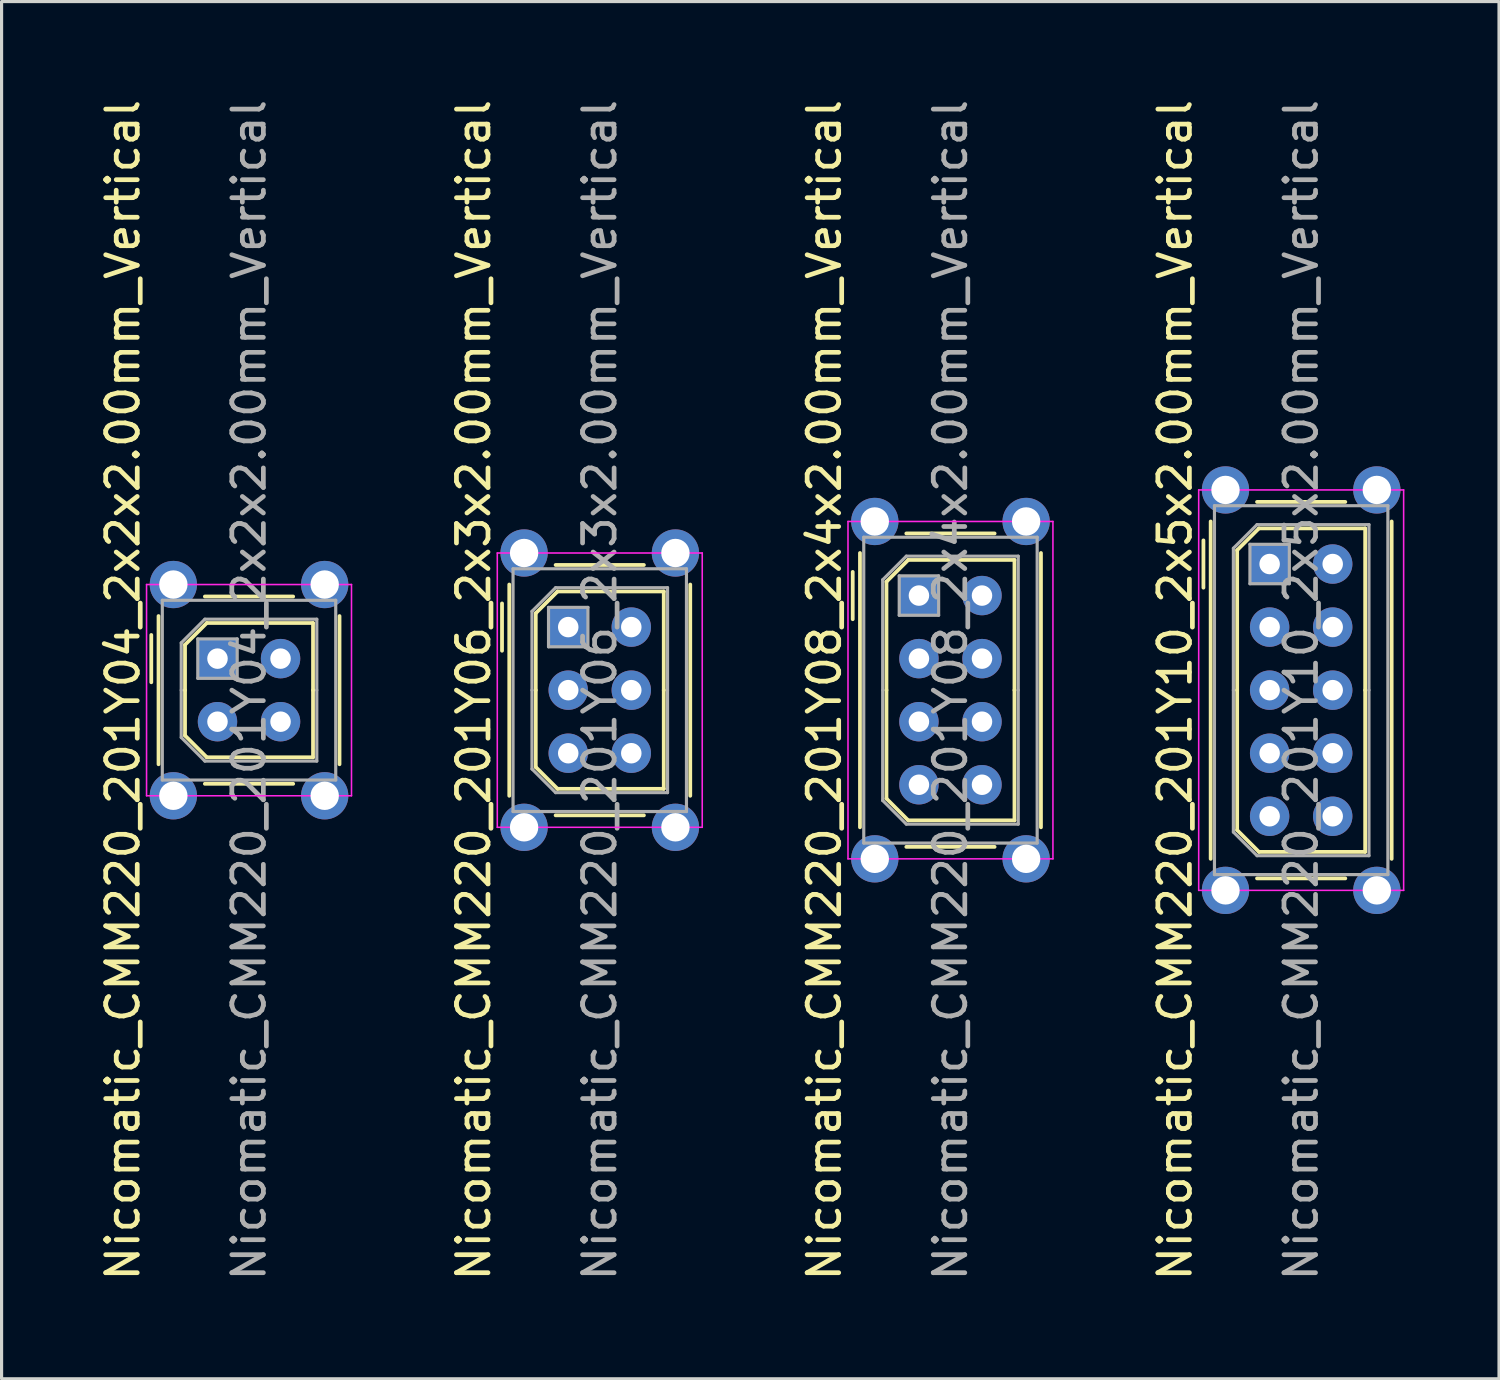
<source format=kicad_pcb>
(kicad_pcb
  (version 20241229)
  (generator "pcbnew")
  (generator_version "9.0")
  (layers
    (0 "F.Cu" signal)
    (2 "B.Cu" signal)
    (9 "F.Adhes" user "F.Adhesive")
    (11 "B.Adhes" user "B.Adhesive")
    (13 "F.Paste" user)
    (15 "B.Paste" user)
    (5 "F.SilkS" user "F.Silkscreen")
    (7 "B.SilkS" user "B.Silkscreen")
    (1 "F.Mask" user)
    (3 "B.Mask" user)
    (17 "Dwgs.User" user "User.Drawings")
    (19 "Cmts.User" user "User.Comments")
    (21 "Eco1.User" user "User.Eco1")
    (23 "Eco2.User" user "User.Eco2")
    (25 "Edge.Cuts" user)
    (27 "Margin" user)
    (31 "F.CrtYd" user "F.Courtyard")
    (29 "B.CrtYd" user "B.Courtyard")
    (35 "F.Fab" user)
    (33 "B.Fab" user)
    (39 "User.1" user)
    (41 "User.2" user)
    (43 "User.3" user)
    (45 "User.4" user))
  (footprint "Nicomatic_CMM220_201Y08_2x4x2.00mm_Vertical"
    (layer "F.Cu")
    (at 26.095 15.839)
    (property "Reference" "Nicomatic_CMM220_201Y08_2x4x2.00mm_Vertical" (at -3 3 90) (layer "F.SilkS") (effects (font (size 1 1) (thickness 0.15))))
    (attr through_hole)
    (fp_line (start -2.1 -0.75) (end -2.1 0.75) (stroke (width 0.12) (type solid)) (layer "F.SilkS"))
    (fp_line (start -1.87 7.35) (end -1.87 -1.35) (stroke (width 0.12) (type solid)) (layer "F.SilkS"))
    (fp_line (start -1.03 -0.44) (end -0.34 -1.13) (stroke (width 0.12) (type solid)) (layer "F.SilkS"))
    (fp_line (start -1.03 3) (end -1.03 -0.44) (stroke (width 0.12) (type solid)) (layer "F.SilkS"))
    (fp_line (start -1.03 3) (end -1.03 6.44) (stroke (width 0.12) (type solid)) (layer "F.SilkS"))
    (fp_line (start -1.03 6.44) (end -0.34 7.13) (stroke (width 0.12) (type solid)) (layer "F.SilkS"))
    (fp_line (start -0.4 -1.97) (end 2.4 -1.97) (stroke (width 0.12) (type solid)) (layer "F.SilkS"))
    (fp_line (start -0.4 7.97) (end 2.4 7.97) (stroke (width 0.12) (type solid)) (layer "F.SilkS"))
    (fp_line (start -0.34 -1.13) (end 3.03 -1.13) (stroke (width 0.12) (type solid)) (layer "F.SilkS"))
    (fp_line (start -0.34 7.13) (end 3.03 7.13) (stroke (width 0.12) (type solid)) (layer "F.SilkS"))
    (fp_line (start 3.03 -1.13) (end 3.03 3) (stroke (width 0.12) (type solid)) (layer "F.SilkS"))
    (fp_line (start 3.03 7.13) (end 3.03 3) (stroke (width 0.12) (type solid)) (layer "F.SilkS"))
    (fp_line (start 3.87 7.35) (end 3.87 -1.35) (stroke (width 0.12) (type solid)) (layer "F.SilkS"))
    (fp_line (start -2.25 -2.35) (end -2.25 8.35) (stroke (width 0.05) (type solid)) (layer "F.CrtYd"))
    (fp_line (start -2.25 8.35) (end 4.25 8.35) (stroke (width 0.05) (type solid)) (layer "F.CrtYd"))
    (fp_line (start 4.25 -2.35) (end -2.25 -2.35) (stroke (width 0.05) (type solid)) (layer "F.CrtYd"))
    (fp_line (start 4.25 8.35) (end 4.25 -2.35) (stroke (width 0.05) (type solid)) (layer "F.CrtYd"))
    (fp_line (start -1.75 -1.85) (end -1.75 7.85) (stroke (width 0.1) (type solid)) (layer "F.Fab"))
    (fp_line (start -1.75 7.85) (end 3.75 7.85) (stroke (width 0.1) (type solid)) (layer "F.Fab"))
    (fp_line (start -1.15 -0.5) (end -0.4 -1.25) (stroke (width 0.1) (type solid)) (layer "F.Fab"))
    (fp_line (start -1.15 3) (end -1.15 -0.5) (stroke (width 0.1) (type solid)) (layer "F.Fab"))
    (fp_line (start -1.15 3) (end -1.15 6.5) (stroke (width 0.1) (type solid)) (layer "F.Fab"))
    (fp_line (start -1.15 6.5) (end -0.4 7.25) (stroke (width 0.1) (type solid)) (layer "F.Fab"))
    (fp_line (start -0.625 -0.625) (end -0.625 0.625) (stroke (width 0.1) (type solid)) (layer "F.Fab"))
    (fp_line (start -0.625 0.625) (end 0.625 0.625) (stroke (width 0.1) (type solid)) (layer "F.Fab"))
    (fp_line (start -0.4 -1.25) (end 3.15 -1.25) (stroke (width 0.1) (type solid)) (layer "F.Fab"))
    (fp_line (start -0.4 7.25) (end 3.15 7.25) (stroke (width 0.1) (type solid)) (layer "F.Fab"))
    (fp_line (start 0.625 -0.625) (end -0.625 -0.625) (stroke (width 0.1) (type solid)) (layer "F.Fab"))
    (fp_line (start 0.625 0.625) (end 0.625 -0.625) (stroke (width 0.1) (type solid)) (layer "F.Fab"))
    (fp_line (start 3.15 -1.25) (end 3.15 3) (stroke (width 0.1) (type solid)) (layer "F.Fab"))
    (fp_line (start 3.15 7.25) (end 3.15 3) (stroke (width 0.1) (type solid)) (layer "F.Fab"))
    (fp_line (start 3.75 -1.85) (end -1.75 -1.85) (stroke (width 0.1) (type solid)) (layer "F.Fab"))
    (fp_line (start 3.75 7.85) (end 3.75 -1.85) (stroke (width 0.1) (type solid)) (layer "F.Fab"))
    (fp_text user "${REFERENCE}" (at 1 3 90) (layer "F.Fab") (effects (font (size 1 1) (thickness 0.15))))
    (pad "" thru_hole circle (at -1.4 -2.35) (size 1.5 1.5) (drill 0.9) (layers "*.Cu" "*.Mask"))
    (pad "" thru_hole circle (at -1.4 8.35) (size 1.5 1.5) (drill 0.9) (layers "*.Cu" "*.Mask"))
    (pad "" thru_hole circle (at 3.4 -2.35) (size 1.5 1.5) (drill 0.9) (layers "*.Cu" "*.Mask"))
    (pad "" thru_hole circle (at 3.4 8.35) (size 1.5 1.5) (drill 0.9) (layers "*.Cu" "*.Mask"))
    (pad "1" thru_hole rect (at 0 0) (size 1.25 1.25) (drill 0.65) (layers "*.Cu" "*.Mask"))
    (pad "2" thru_hole oval (at 0 2) (size 1.25 1.25) (drill 0.65) (layers "*.Cu" "*.Mask"))
    (pad "3" thru_hole oval (at 0 4) (size 1.25 1.25) (drill 0.65) (layers "*.Cu" "*.Mask"))
    (pad "4" thru_hole oval (at 0 6) (size 1.25 1.25) (drill 0.65) (layers "*.Cu" "*.Mask"))
    (pad "5" thru_hole oval (at 2 0) (size 1.25 1.25) (drill 0.65) (layers "*.Cu" "*.Mask"))
    (pad "6" thru_hole oval (at 2 2) (size 1.25 1.25) (drill 0.65) (layers "*.Cu" "*.Mask"))
    (pad "7" thru_hole oval (at 2 4) (size 1.25 1.25) (drill 0.65) (layers "*.Cu" "*.Mask"))
    (pad "8" thru_hole oval (at 2 6) (size 1.25 1.25) (drill 0.65) (layers "*.Cu" "*.Mask")))
  (footprint "Nicomatic_CMM220_201Y10_2x5x2.00mm_Vertical"
    (layer "F.Cu")
    (at 37.218 14.839)
    (property "Reference" "Nicomatic_CMM220_201Y10_2x5x2.00mm_Vertical" (at -3 4 90) (layer "F.SilkS") (effects (font (size 1 1) (thickness 0.15))))
    (attr through_hole)
    (fp_line (start -2.1 -0.75) (end -2.1 0.75) (stroke (width 0.12) (type solid)) (layer "F.SilkS"))
    (fp_line (start -1.87 9.35) (end -1.87 -1.35) (stroke (width 0.12) (type solid)) (layer "F.SilkS"))
    (fp_line (start -1.03 -0.44) (end -0.34 -1.13) (stroke (width 0.12) (type solid)) (layer "F.SilkS"))
    (fp_line (start -1.03 4) (end -1.03 -0.44) (stroke (width 0.12) (type solid)) (layer "F.SilkS"))
    (fp_line (start -1.03 4) (end -1.03 8.44) (stroke (width 0.12) (type solid)) (layer "F.SilkS"))
    (fp_line (start -1.03 8.44) (end -0.34 9.13) (stroke (width 0.12) (type solid)) (layer "F.SilkS"))
    (fp_line (start -0.4 -1.97) (end 2.4 -1.97) (stroke (width 0.12) (type solid)) (layer "F.SilkS"))
    (fp_line (start -0.4 9.97) (end 2.4 9.97) (stroke (width 0.12) (type solid)) (layer "F.SilkS"))
    (fp_line (start -0.34 -1.13) (end 3.03 -1.13) (stroke (width 0.12) (type solid)) (layer "F.SilkS"))
    (fp_line (start -0.34 9.13) (end 3.03 9.13) (stroke (width 0.12) (type solid)) (layer "F.SilkS"))
    (fp_line (start 3.03 -1.13) (end 3.03 4) (stroke (width 0.12) (type solid)) (layer "F.SilkS"))
    (fp_line (start 3.03 9.13) (end 3.03 4) (stroke (width 0.12) (type solid)) (layer "F.SilkS"))
    (fp_line (start 3.87 9.35) (end 3.87 -1.35) (stroke (width 0.12) (type solid)) (layer "F.SilkS"))
    (fp_line (start -2.25 -2.35) (end -2.25 10.35) (stroke (width 0.05) (type solid)) (layer "F.CrtYd"))
    (fp_line (start -2.25 10.35) (end 4.25 10.35) (stroke (width 0.05) (type solid)) (layer "F.CrtYd"))
    (fp_line (start 4.25 -2.35) (end -2.25 -2.35) (stroke (width 0.05) (type solid)) (layer "F.CrtYd"))
    (fp_line (start 4.25 10.35) (end 4.25 -2.35) (stroke (width 0.05) (type solid)) (layer "F.CrtYd"))
    (fp_line (start -1.75 -1.85) (end -1.75 9.85) (stroke (width 0.1) (type solid)) (layer "F.Fab"))
    (fp_line (start -1.75 9.85) (end 3.75 9.85) (stroke (width 0.1) (type solid)) (layer "F.Fab"))
    (fp_line (start -1.15 -0.5) (end -0.4 -1.25) (stroke (width 0.1) (type solid)) (layer "F.Fab"))
    (fp_line (start -1.15 4) (end -1.15 -0.5) (stroke (width 0.1) (type solid)) (layer "F.Fab"))
    (fp_line (start -1.15 4) (end -1.15 8.5) (stroke (width 0.1) (type solid)) (layer "F.Fab"))
    (fp_line (start -1.15 8.5) (end -0.4 9.25) (stroke (width 0.1) (type solid)) (layer "F.Fab"))
    (fp_line (start -0.625 -0.625) (end -0.625 0.625) (stroke (width 0.1) (type solid)) (layer "F.Fab"))
    (fp_line (start -0.625 0.625) (end 0.625 0.625) (stroke (width 0.1) (type solid)) (layer "F.Fab"))
    (fp_line (start -0.4 -1.25) (end 3.15 -1.25) (stroke (width 0.1) (type solid)) (layer "F.Fab"))
    (fp_line (start -0.4 9.25) (end 3.15 9.25) (stroke (width 0.1) (type solid)) (layer "F.Fab"))
    (fp_line (start 0.625 -0.625) (end -0.625 -0.625) (stroke (width 0.1) (type solid)) (layer "F.Fab"))
    (fp_line (start 0.625 0.625) (end 0.625 -0.625) (stroke (width 0.1) (type solid)) (layer "F.Fab"))
    (fp_line (start 3.15 -1.25) (end 3.15 4) (stroke (width 0.1) (type solid)) (layer "F.Fab"))
    (fp_line (start 3.15 9.25) (end 3.15 4) (stroke (width 0.1) (type solid)) (layer "F.Fab"))
    (fp_line (start 3.75 -1.85) (end -1.75 -1.85) (stroke (width 0.1) (type solid)) (layer "F.Fab"))
    (fp_line (start 3.75 9.85) (end 3.75 -1.85) (stroke (width 0.1) (type solid)) (layer "F.Fab"))
    (fp_text user "${REFERENCE}" (at 1 4 90) (layer "F.Fab") (effects (font (size 1 1) (thickness 0.15))))
    (pad "" thru_hole circle (at -1.4 -2.35) (size 1.5 1.5) (drill 0.9) (layers "*.Cu" "*.Mask"))
    (pad "" thru_hole circle (at -1.4 10.35) (size 1.5 1.5) (drill 0.9) (layers "*.Cu" "*.Mask"))
    (pad "" thru_hole circle (at 3.4 -2.35) (size 1.5 1.5) (drill 0.9) (layers "*.Cu" "*.Mask"))
    (pad "" thru_hole circle (at 3.4 10.35) (size 1.5 1.5) (drill 0.9) (layers "*.Cu" "*.Mask"))
    (pad "1" thru_hole rect (at 0 0) (size 1.25 1.25) (drill 0.65) (layers "*.Cu" "*.Mask"))
    (pad "2" thru_hole oval (at 0 2) (size 1.25 1.25) (drill 0.65) (layers "*.Cu" "*.Mask"))
    (pad "3" thru_hole oval (at 0 4) (size 1.25 1.25) (drill 0.65) (layers "*.Cu" "*.Mask"))
    (pad "4" thru_hole oval (at 0 6) (size 1.25 1.25) (drill 0.65) (layers "*.Cu" "*.Mask"))
    (pad "5" thru_hole oval (at 0 8) (size 1.25 1.25) (drill 0.65) (layers "*.Cu" "*.Mask"))
    (pad "6" thru_hole oval (at 2 0) (size 1.25 1.25) (drill 0.65) (layers "*.Cu" "*.Mask"))
    (pad "7" thru_hole oval (at 2 2) (size 1.25 1.25) (drill 0.65) (layers "*.Cu" "*.Mask"))
    (pad "8" thru_hole oval (at 2 4) (size 1.25 1.25) (drill 0.65) (layers "*.Cu" "*.Mask"))
    (pad "9" thru_hole oval (at 2 6) (size 1.25 1.25) (drill 0.65) (layers "*.Cu" "*.Mask"))
    (pad "10" thru_hole oval (at 2 8) (size 1.25 1.25) (drill 0.65) (layers "*.Cu" "*.Mask")))
  (footprint "Nicomatic_CMM220_201Y04_2x2x2.00mm_Vertical"
    (layer "F.Cu")
    (at 3.848 17.839)
    (property "Reference" "Nicomatic_CMM220_201Y04_2x2x2.00mm_Vertical" (at -3 1 90) (layer "F.SilkS") (effects (font (size 1 1) (thickness 0.15))))
    (attr through_hole)
    (fp_line (start -2.1 -0.75) (end -2.1 0.75) (stroke (width 0.12) (type solid)) (layer "F.SilkS"))
    (fp_line (start -1.87 3.35) (end -1.87 -1.35) (stroke (width 0.12) (type solid)) (layer "F.SilkS"))
    (fp_line (start -1.03 -0.44) (end -0.34 -1.13) (stroke (width 0.12) (type solid)) (layer "F.SilkS"))
    (fp_line (start -1.03 1) (end -1.03 -0.44) (stroke (width 0.12) (type solid)) (layer "F.SilkS"))
    (fp_line (start -1.03 1) (end -1.03 2.44) (stroke (width 0.12) (type solid)) (layer "F.SilkS"))
    (fp_line (start -1.03 2.44) (end -0.34 3.13) (stroke (width 0.12) (type solid)) (layer "F.SilkS"))
    (fp_line (start -0.4 -1.97) (end 2.4 -1.97) (stroke (width 0.12) (type solid)) (layer "F.SilkS"))
    (fp_line (start -0.4 3.97) (end 2.4 3.97) (stroke (width 0.12) (type solid)) (layer "F.SilkS"))
    (fp_line (start -0.34 -1.13) (end 3.03 -1.13) (stroke (width 0.12) (type solid)) (layer "F.SilkS"))
    (fp_line (start -0.34 3.13) (end 3.03 3.13) (stroke (width 0.12) (type solid)) (layer "F.SilkS"))
    (fp_line (start 3.03 -1.13) (end 3.03 1) (stroke (width 0.12) (type solid)) (layer "F.SilkS"))
    (fp_line (start 3.03 3.13) (end 3.03 1) (stroke (width 0.12) (type solid)) (layer "F.SilkS"))
    (fp_line (start 3.87 3.35) (end 3.87 -1.35) (stroke (width 0.12) (type solid)) (layer "F.SilkS"))
    (fp_line (start -2.25 -2.35) (end -2.25 4.35) (stroke (width 0.05) (type solid)) (layer "F.CrtYd"))
    (fp_line (start -2.25 4.35) (end 4.25 4.35) (stroke (width 0.05) (type solid)) (layer "F.CrtYd"))
    (fp_line (start 4.25 -2.35) (end -2.25 -2.35) (stroke (width 0.05) (type solid)) (layer "F.CrtYd"))
    (fp_line (start 4.25 4.35) (end 4.25 -2.35) (stroke (width 0.05) (type solid)) (layer "F.CrtYd"))
    (fp_line (start -1.75 -1.85) (end -1.75 3.85) (stroke (width 0.1) (type solid)) (layer "F.Fab"))
    (fp_line (start -1.75 3.85) (end 3.75 3.85) (stroke (width 0.1) (type solid)) (layer "F.Fab"))
    (fp_line (start -1.15 -0.5) (end -0.4 -1.25) (stroke (width 0.1) (type solid)) (layer "F.Fab"))
    (fp_line (start -1.15 1) (end -1.15 -0.5) (stroke (width 0.1) (type solid)) (layer "F.Fab"))
    (fp_line (start -1.15 1) (end -1.15 2.5) (stroke (width 0.1) (type solid)) (layer "F.Fab"))
    (fp_line (start -1.15 2.5) (end -0.4 3.25) (stroke (width 0.1) (type solid)) (layer "F.Fab"))
    (fp_line (start -0.625 -0.625) (end -0.625 0.625) (stroke (width 0.1) (type solid)) (layer "F.Fab"))
    (fp_line (start -0.625 0.625) (end 0.625 0.625) (stroke (width 0.1) (type solid)) (layer "F.Fab"))
    (fp_line (start -0.4 -1.25) (end 3.15 -1.25) (stroke (width 0.1) (type solid)) (layer "F.Fab"))
    (fp_line (start -0.4 3.25) (end 3.15 3.25) (stroke (width 0.1) (type solid)) (layer "F.Fab"))
    (fp_line (start 0.625 -0.625) (end -0.625 -0.625) (stroke (width 0.1) (type solid)) (layer "F.Fab"))
    (fp_line (start 0.625 0.625) (end 0.625 -0.625) (stroke (width 0.1) (type solid)) (layer "F.Fab"))
    (fp_line (start 3.15 -1.25) (end 3.15 1) (stroke (width 0.1) (type solid)) (layer "F.Fab"))
    (fp_line (start 3.15 3.25) (end 3.15 1) (stroke (width 0.1) (type solid)) (layer "F.Fab"))
    (fp_line (start 3.75 -1.85) (end -1.75 -1.85) (stroke (width 0.1) (type solid)) (layer "F.Fab"))
    (fp_line (start 3.75 3.85) (end 3.75 -1.85) (stroke (width 0.1) (type solid)) (layer "F.Fab"))
    (fp_text user "${REFERENCE}" (at 1 1 90) (layer "F.Fab") (effects (font (size 1 1) (thickness 0.15))))
    (pad "" thru_hole circle (at -1.4 -2.35) (size 1.5 1.5) (drill 0.9) (layers "*.Cu" "*.Mask"))
    (pad "" thru_hole circle (at -1.4 4.35) (size 1.5 1.5) (drill 0.9) (layers "*.Cu" "*.Mask"))
    (pad "" thru_hole circle (at 3.4 -2.35) (size 1.5 1.5) (drill 0.9) (layers "*.Cu" "*.Mask"))
    (pad "" thru_hole circle (at 3.4 4.35) (size 1.5 1.5) (drill 0.9) (layers "*.Cu" "*.Mask"))
    (pad "1" thru_hole rect (at 0 0) (size 1.25 1.25) (drill 0.65) (layers "*.Cu" "*.Mask"))
    (pad "2" thru_hole oval (at 0 2) (size 1.25 1.25) (drill 0.65) (layers "*.Cu" "*.Mask"))
    (pad "3" thru_hole oval (at 2 0) (size 1.25 1.25) (drill 0.65) (layers "*.Cu" "*.Mask"))
    (pad "4" thru_hole oval (at 2 2) (size 1.25 1.25) (drill 0.65) (layers "*.Cu" "*.Mask")))
  (footprint "Nicomatic_CMM220_201Y06_2x3x2.00mm_Vertical"
    (layer "F.Cu")
    (at 14.972 16.839)
    (property "Reference" "Nicomatic_CMM220_201Y06_2x3x2.00mm_Vertical" (at -3 2 90) (layer "F.SilkS") (effects (font (size 1 1) (thickness 0.15))))
    (attr through_hole)
    (fp_line (start -2.1 -0.75) (end -2.1 0.75) (stroke (width 0.12) (type solid)) (layer "F.SilkS"))
    (fp_line (start -1.87 5.35) (end -1.87 -1.35) (stroke (width 0.12) (type solid)) (layer "F.SilkS"))
    (fp_line (start -1.03 -0.44) (end -0.34 -1.13) (stroke (width 0.12) (type solid)) (layer "F.SilkS"))
    (fp_line (start -1.03 2) (end -1.03 -0.44) (stroke (width 0.12) (type solid)) (layer "F.SilkS"))
    (fp_line (start -1.03 2) (end -1.03 4.44) (stroke (width 0.12) (type solid)) (layer "F.SilkS"))
    (fp_line (start -1.03 4.44) (end -0.34 5.13) (stroke (width 0.12) (type solid)) (layer "F.SilkS"))
    (fp_line (start -0.4 -1.97) (end 2.4 -1.97) (stroke (width 0.12) (type solid)) (layer "F.SilkS"))
    (fp_line (start -0.4 5.97) (end 2.4 5.97) (stroke (width 0.12) (type solid)) (layer "F.SilkS"))
    (fp_line (start -0.34 -1.13) (end 3.03 -1.13) (stroke (width 0.12) (type solid)) (layer "F.SilkS"))
    (fp_line (start -0.34 5.13) (end 3.03 5.13) (stroke (width 0.12) (type solid)) (layer "F.SilkS"))
    (fp_line (start 3.03 -1.13) (end 3.03 2) (stroke (width 0.12) (type solid)) (layer "F.SilkS"))
    (fp_line (start 3.03 5.13) (end 3.03 2) (stroke (width 0.12) (type solid)) (layer "F.SilkS"))
    (fp_line (start 3.87 5.35) (end 3.87 -1.35) (stroke (width 0.12) (type solid)) (layer "F.SilkS"))
    (fp_line (start -2.25 -2.35) (end -2.25 6.35) (stroke (width 0.05) (type solid)) (layer "F.CrtYd"))
    (fp_line (start -2.25 6.35) (end 4.25 6.35) (stroke (width 0.05) (type solid)) (layer "F.CrtYd"))
    (fp_line (start 4.25 -2.35) (end -2.25 -2.35) (stroke (width 0.05) (type solid)) (layer "F.CrtYd"))
    (fp_line (start 4.25 6.35) (end 4.25 -2.35) (stroke (width 0.05) (type solid)) (layer "F.CrtYd"))
    (fp_line (start -1.75 -1.85) (end -1.75 5.85) (stroke (width 0.1) (type solid)) (layer "F.Fab"))
    (fp_line (start -1.75 5.85) (end 3.75 5.85) (stroke (width 0.1) (type solid)) (layer "F.Fab"))
    (fp_line (start -1.15 -0.5) (end -0.4 -1.25) (stroke (width 0.1) (type solid)) (layer "F.Fab"))
    (fp_line (start -1.15 2) (end -1.15 -0.5) (stroke (width 0.1) (type solid)) (layer "F.Fab"))
    (fp_line (start -1.15 2) (end -1.15 4.5) (stroke (width 0.1) (type solid)) (layer "F.Fab"))
    (fp_line (start -1.15 4.5) (end -0.4 5.25) (stroke (width 0.1) (type solid)) (layer "F.Fab"))
    (fp_line (start -0.625 -0.625) (end -0.625 0.625) (stroke (width 0.1) (type solid)) (layer "F.Fab"))
    (fp_line (start -0.625 0.625) (end 0.625 0.625) (stroke (width 0.1) (type solid)) (layer "F.Fab"))
    (fp_line (start -0.4 -1.25) (end 3.15 -1.25) (stroke (width 0.1) (type solid)) (layer "F.Fab"))
    (fp_line (start -0.4 5.25) (end 3.15 5.25) (stroke (width 0.1) (type solid)) (layer "F.Fab"))
    (fp_line (start 0.625 -0.625) (end -0.625 -0.625) (stroke (width 0.1) (type solid)) (layer "F.Fab"))
    (fp_line (start 0.625 0.625) (end 0.625 -0.625) (stroke (width 0.1) (type solid)) (layer "F.Fab"))
    (fp_line (start 3.15 -1.25) (end 3.15 2) (stroke (width 0.1) (type solid)) (layer "F.Fab"))
    (fp_line (start 3.15 5.25) (end 3.15 2) (stroke (width 0.1) (type solid)) (layer "F.Fab"))
    (fp_line (start 3.75 -1.85) (end -1.75 -1.85) (stroke (width 0.1) (type solid)) (layer "F.Fab"))
    (fp_line (start 3.75 5.85) (end 3.75 -1.85) (stroke (width 0.1) (type solid)) (layer "F.Fab"))
    (fp_text user "${REFERENCE}" (at 1 2 90) (layer "F.Fab") (effects (font (size 1 1) (thickness 0.15))))
    (pad "" thru_hole circle (at -1.4 -2.35) (size 1.5 1.5) (drill 0.9) (layers "*.Cu" "*.Mask"))
    (pad "" thru_hole circle (at -1.4 6.35) (size 1.5 1.5) (drill 0.9) (layers "*.Cu" "*.Mask"))
    (pad "" thru_hole circle (at 3.4 -2.35) (size 1.5 1.5) (drill 0.9) (layers "*.Cu" "*.Mask"))
    (pad "" thru_hole circle (at 3.4 6.35) (size 1.5 1.5) (drill 0.9) (layers "*.Cu" "*.Mask"))
    (pad "1" thru_hole rect (at 0 0) (size 1.25 1.25) (drill 0.65) (layers "*.Cu" "*.Mask"))
    (pad "2" thru_hole oval (at 0 2) (size 1.25 1.25) (drill 0.65) (layers "*.Cu" "*.Mask"))
    (pad "3" thru_hole oval (at 0 4) (size 1.25 1.25) (drill 0.65) (layers "*.Cu" "*.Mask"))
    (pad "4" thru_hole oval (at 2 0) (size 1.25 1.25) (drill 0.65) (layers "*.Cu" "*.Mask"))
    (pad "5" thru_hole oval (at 2 2) (size 1.25 1.25) (drill 0.65) (layers "*.Cu" "*.Mask"))
    (pad "6" thru_hole oval (at 2 4) (size 1.25 1.25) (drill 0.65) (layers "*.Cu" "*.Mask")))
  (gr_rect
    (start -3 -3)
    (end 44.493 40.679)
    (stroke (width 0.1) (type default))
    (fill no)
    (layer "Edge.Cuts")))
</source>
